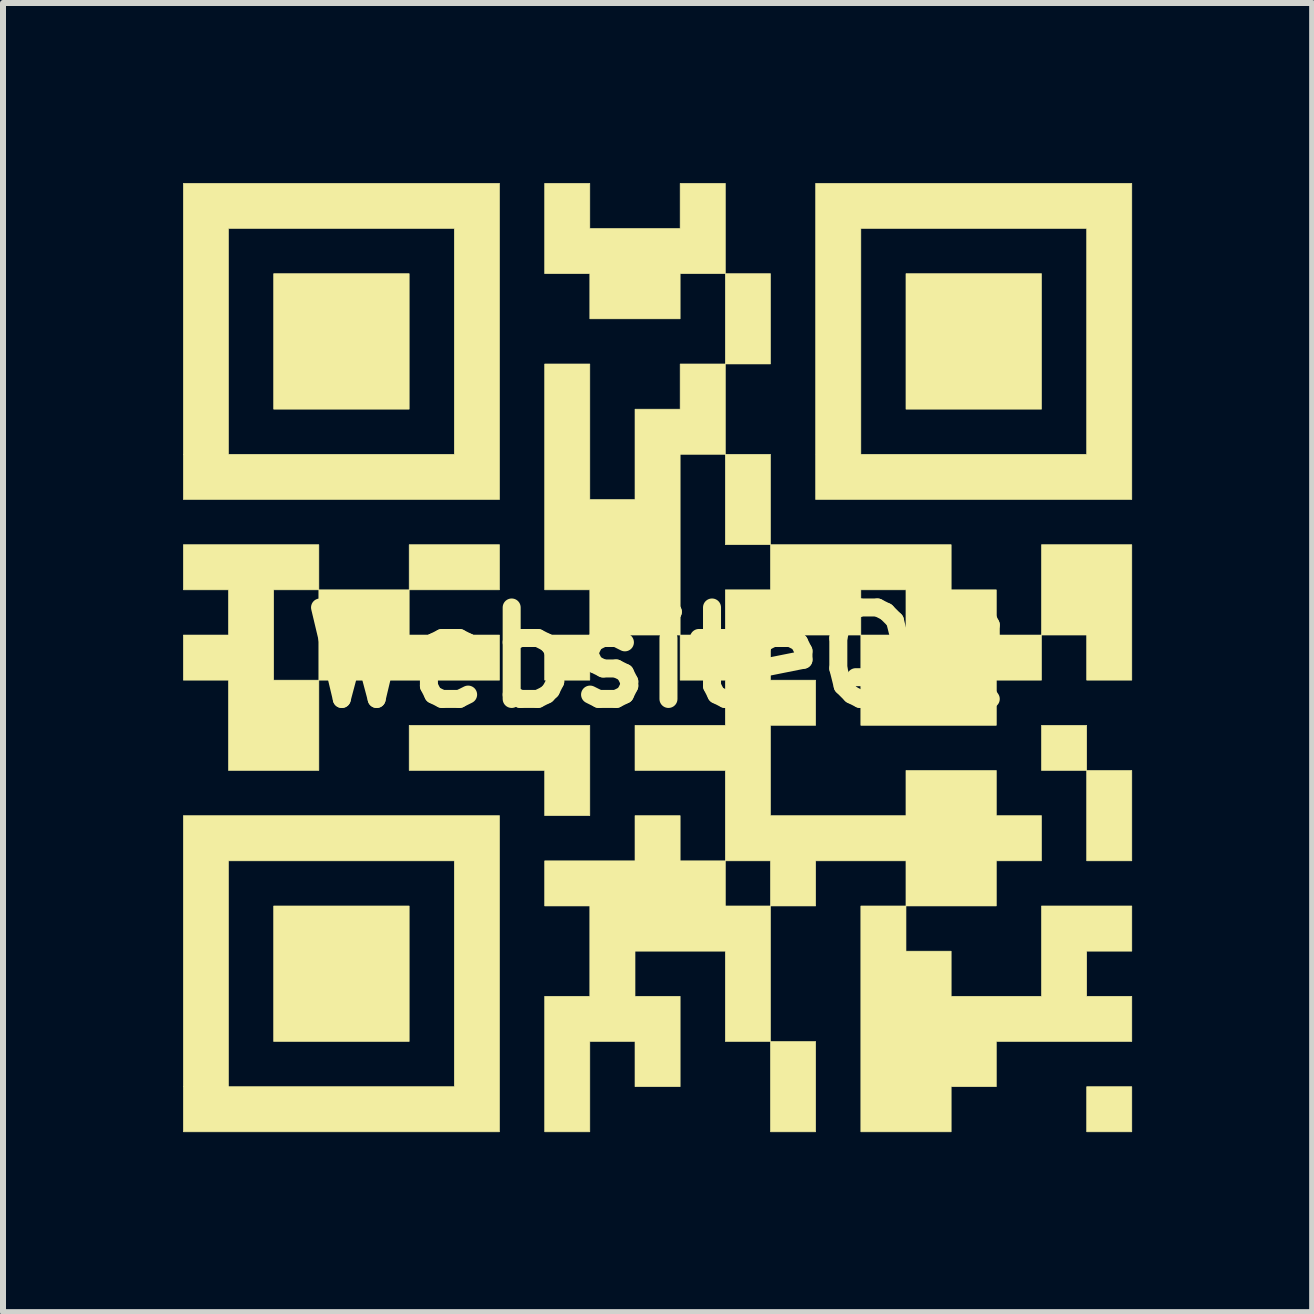
<source format=kicad_pcb>
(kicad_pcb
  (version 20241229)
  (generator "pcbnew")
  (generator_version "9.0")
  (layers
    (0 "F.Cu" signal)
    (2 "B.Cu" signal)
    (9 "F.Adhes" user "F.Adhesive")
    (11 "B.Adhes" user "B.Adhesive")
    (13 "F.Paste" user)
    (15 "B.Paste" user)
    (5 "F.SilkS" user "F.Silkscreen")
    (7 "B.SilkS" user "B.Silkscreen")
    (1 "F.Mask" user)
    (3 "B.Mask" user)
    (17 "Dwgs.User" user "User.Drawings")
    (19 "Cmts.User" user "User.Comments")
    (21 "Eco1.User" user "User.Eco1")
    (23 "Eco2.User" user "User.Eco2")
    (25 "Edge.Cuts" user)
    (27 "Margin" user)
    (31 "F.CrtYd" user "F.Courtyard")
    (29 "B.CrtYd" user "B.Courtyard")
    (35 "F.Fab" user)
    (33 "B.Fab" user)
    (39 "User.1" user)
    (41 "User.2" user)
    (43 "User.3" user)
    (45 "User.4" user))
  (footprint "WebsiteQR"
    (layer "F.Cu")
    (at 7.907 7.907)
    (property "Reference" "WebsiteQR" (at 0 0 0) (layer "F.SilkS") (effects (font (size 1.524 1.524) (thickness 0.3))))
    (attr through_hole)
    (fp_poly (pts (xy -4.139 -4.139) (xy -6.397 -4.139) (xy -6.397 -6.397) (xy -4.139 -6.397) (xy -4.139 -4.139)) (stroke (width 0.01) (type solid)) (fill yes) (layer "F.SilkS"))
    (fp_poly (pts (xy -4.139 6.397) (xy -6.397 6.397) (xy -6.397 4.139) (xy -4.139 4.139) (xy -4.139 6.397)) (stroke (width 0.01) (type solid)) (fill yes) (layer "F.SilkS"))
    (fp_poly (pts (xy -2.634 -1.129) (xy -4.139 -1.129) (xy -4.139 -1.881) (xy -2.634 -1.881) (xy -2.634 -1.129)) (stroke (width 0.01) (type solid)) (fill yes) (layer "F.SilkS"))
    (fp_poly (pts (xy -1.129 0.376) (xy -1.881 0.376) (xy -1.881 -0.376) (xy -1.129 -0.376) (xy -1.129 0.376)) (stroke (width 0.01) (type solid)) (fill yes) (layer "F.SilkS"))
    (fp_poly (pts (xy 1.881 -4.892) (xy 1.129 -4.892) (xy 1.129 -6.397) (xy 1.881 -6.397) (xy 1.881 -4.892)) (stroke (width 0.01) (type solid)) (fill yes) (layer "F.SilkS"))
    (fp_poly (pts (xy 2.634 7.902) (xy 1.881 7.902) (xy 1.881 6.397) (xy 2.634 6.397) (xy 2.634 7.902)) (stroke (width 0.01) (type solid)) (fill yes) (layer "F.SilkS"))
    (fp_poly (pts (xy 6.397 -4.139) (xy 4.139 -4.139) (xy 4.139 -6.397) (xy 6.397 -6.397) (xy 6.397 -4.139)) (stroke (width 0.01) (type solid)) (fill yes) (layer "F.SilkS"))
    (fp_poly (pts (xy 7.15 1.881) (xy 6.397 1.881) (xy 6.397 1.129) (xy 7.15 1.129) (xy 7.15 1.881)) (stroke (width 0.01) (type solid)) (fill yes) (layer "F.SilkS"))
    (fp_poly (pts (xy 7.902 3.387) (xy 7.15 3.387) (xy 7.15 1.881) (xy 7.902 1.881) (xy 7.902 3.387)) (stroke (width 0.01) (type solid)) (fill yes) (layer "F.SilkS"))
    (fp_poly (pts (xy 7.902 7.902) (xy 7.15 7.902) (xy 7.15 7.15) (xy 7.902 7.15) (xy 7.902 7.902)) (stroke (width 0.01) (type solid)) (fill yes) (layer "F.SilkS"))
    (fp_poly (pts (xy -1.129 2.634) (xy -1.881 2.634) (xy -1.881 1.881) (xy -4.139 1.881) (xy -4.139 1.129) (xy -1.129 1.129) (xy -1.129 2.634)) (stroke (width 0.01) (type solid)) (fill yes) (layer "F.SilkS"))
    (fp_poly (pts (xy 7.902 0.376) (xy 7.15 0.376) (xy 7.15 -0.376) (xy 6.397 -0.376) (xy 6.397 -1.881) (xy 7.902 -1.881) (xy 7.902 0.376)) (stroke (width 0.01) (type solid)) (fill yes) (layer "F.SilkS"))
    (fp_poly (pts (xy -2.634 -2.634) (xy -7.902 -2.634) (xy -7.902 -7.15) (xy -7.15 -7.15) (xy -7.15 -3.387) (xy -3.387 -3.387) (xy -3.387 -7.15) (xy -7.15 -7.15) (xy -7.902 -7.15) (xy -7.902 -7.902) (xy -2.634 -7.902) (xy -2.634 -2.634)) (stroke (width 0.01) (type solid)) (fill yes) (layer "F.SilkS"))
    (fp_poly (pts (xy -2.634 7.902) (xy -7.902 7.902) (xy -7.902 3.387) (xy -7.15 3.387) (xy -7.15 7.15) (xy -3.387 7.15) (xy -3.387 3.387) (xy -7.15 3.387) (xy -7.902 3.387) (xy -7.902 2.634) (xy -2.634 2.634) (xy -2.634 7.902)) (stroke (width 0.01) (type solid)) (fill yes) (layer "F.SilkS"))
    (fp_poly (pts (xy 7.902 -2.634) (xy 2.634 -2.634) (xy 2.634 -7.15) (xy 3.387 -7.15) (xy 3.387 -3.387) (xy 7.15 -3.387) (xy 7.15 -7.15) (xy 3.387 -7.15) (xy 2.634 -7.15) (xy 2.634 -7.902) (xy 7.902 -7.902) (xy 7.902 -2.634)) (stroke (width 0.01) (type solid)) (fill yes) (layer "F.SilkS"))
    (fp_poly (pts (xy -1.129 -7.15) (xy 0.376 -7.15) (xy 0.376 -7.902) (xy 1.129 -7.902) (xy 1.129 -6.397) (xy 0.376 -6.397) (xy 0.376 -5.644) (xy -1.129 -5.644) (xy -1.129 -6.397) (xy -1.881 -6.397) (xy -1.881 -7.902) (xy -1.129 -7.902) (xy -1.129 -7.15)) (stroke (width 0.01) (type solid)) (fill yes) (layer "F.SilkS"))
    (fp_poly (pts (xy 4.139 4.892) (xy 4.892 4.892) (xy 4.892 5.644) (xy 6.397 5.644) (xy 6.397 4.139) (xy 7.902 4.139) (xy 7.902 4.892) (xy 7.15 4.892) (xy 7.15 5.644) (xy 7.902 5.644) (xy 7.902 6.397) (xy 5.644 6.397) (xy 5.644 7.15) (xy 4.892 7.15) (xy 4.892 7.902) (xy 3.387 7.902) (xy 3.387 4.139) (xy 4.139 4.139) (xy 4.139 4.892)) (stroke (width 0.01) (type solid)) (fill yes) (layer "F.SilkS"))
    (fp_poly (pts (xy -4.139 -1.129) (xy -4.139 -0.376) (xy -2.634 -0.376) (xy -2.634 0.376) (xy -5.644 0.376) (xy -5.644 1.881) (xy -7.15 1.881) (xy -7.15 0.376) (xy -7.902 0.376) (xy -7.902 -0.376) (xy -7.15 -0.376) (xy -7.15 -1.129) (xy -6.397 -1.129) (xy -6.397 0.376) (xy -5.644 0.376) (xy -5.644 -1.129) (xy -6.397 -1.129) (xy -7.15 -1.129) (xy -7.902 -1.129) (xy -7.902 -1.881) (xy -5.644 -1.881) (xy -5.644 -1.129) (xy -4.139 -1.129)) (stroke (width 0.01) (type solid)) (fill yes) (layer "F.SilkS"))
    (fp_poly (pts (xy -1.129 -1.129) (xy -1.881 -1.129) (xy -1.881 -4.892) (xy -1.129 -4.892) (xy -1.129 -2.634) (xy -0.376 -2.634) (xy -0.376 -3.387) (xy 0.376 -3.387) (xy 0.376 -0.376) (xy 1.129 -0.376) (xy 1.129 -1.129) (xy 1.881 -1.129) (xy 3.387 -1.129) (xy 3.387 -0.376) (xy 4.139 -0.376) (xy 4.139 -1.129) (xy 3.387 -1.129) (xy 1.881 -1.129) (xy 1.881 -1.881) (xy 1.129 -1.881) (xy 1.129 -3.387) (xy 0.376 -3.387) (xy -0.376 -3.387) (xy -0.376 -4.139) (xy 0.376 -4.139) (xy 0.376 -4.892) (xy 1.129 -4.892) (xy 1.129 -3.387) (xy 1.881 -3.387) (xy 1.881 -1.881) (xy 4.892 -1.881) (xy 4.892 -1.129) (xy 5.644 -1.129) (xy 5.644 -0.376) (xy 6.397 -0.376) (xy 6.397 0.376) (xy 5.644 0.376) (xy 5.644 1.129) (xy 3.387 1.129) (xy 3.387 -0.376) (xy 1.881 -0.376) (xy 1.881 0.376) (xy 2.634 0.376) (xy 2.634 1.129) (xy 1.881 1.129) (xy 1.881 2.634) (xy 4.139 2.634) (xy 4.139 1.881) (xy 5.644 1.881) (xy 5.644 2.634) (xy 6.397 2.634) (xy 6.397 3.387) (xy 5.644 3.387) (xy 5.644 4.139) (xy 4.139 4.139) (xy 4.139 3.387) (xy 2.634 3.387) (xy 2.634 4.139) (xy 1.881 4.139) (xy 1.881 6.397) (xy 1.129 6.397) (xy 1.129 4.892) (xy -0.376 4.892) (xy -0.376 5.644) (xy 0.376 5.644) (xy 0.376 7.15) (xy -0.376 7.15) (xy -0.376 6.397) (xy -1.129 6.397) (xy -1.129 7.902) (xy -1.881 7.902) (xy -1.881 5.644) (xy -1.129 5.644) (xy -1.129 4.139) (xy -1.881 4.139) (xy -1.881 3.387) (xy -0.376 3.387) (xy -0.376 2.634) (xy 0.376 2.634) (xy 0.376 3.387) (xy 1.129 3.387) (xy 1.129 4.139) (xy 1.881 4.139) (xy 1.881 3.387) (xy 1.129 3.387) (xy 1.129 1.881) (xy -0.376 1.881) (xy -0.376 1.129) (xy 1.129 1.129) (xy 1.129 0.376) (xy 0.376 0.376) (xy 0.376 -0.376) (xy -1.129 -0.376) (xy -1.129 -1.129)) (stroke (width 0.01) (type solid)) (fill yes) (layer "F.SilkS")))
  (gr_rect
    (start -3 -3)
    (end 18.814 18.814)
    (stroke (width 0.1) (type default))
    (fill no)
    (layer "Edge.Cuts")))
</source>
